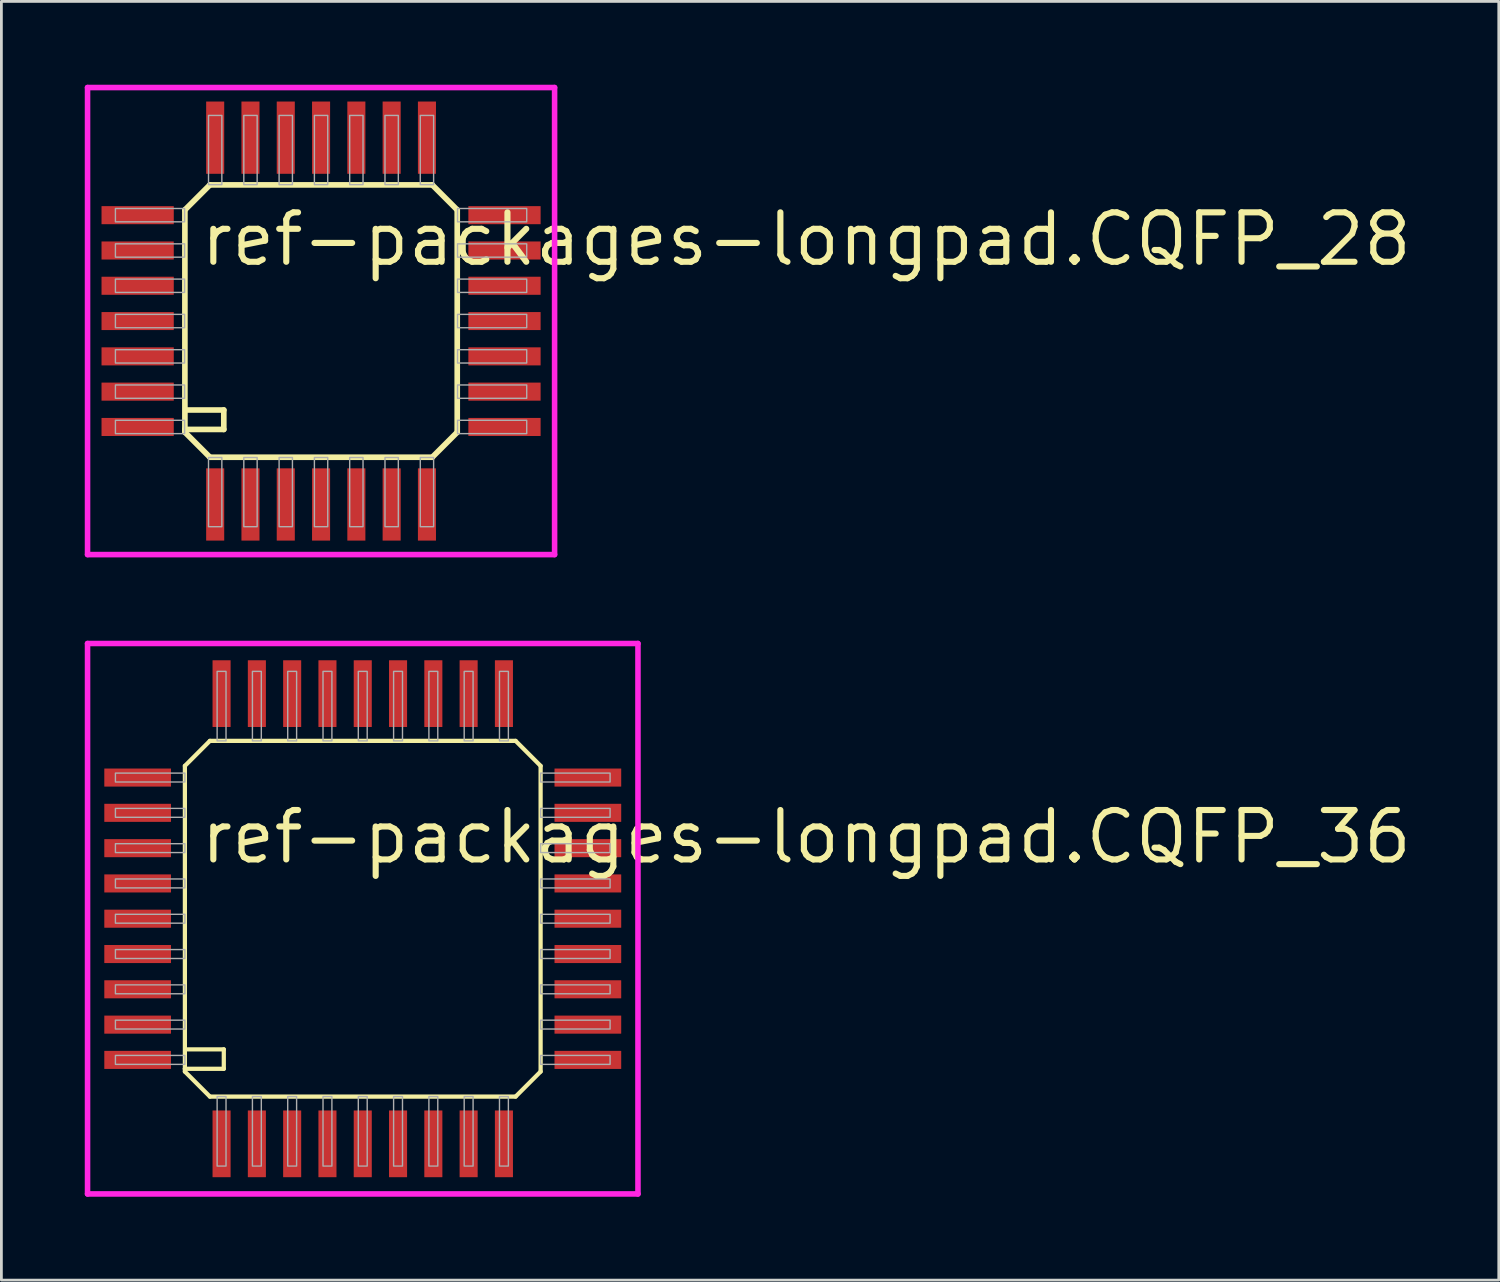
<source format=kicad_pcb>
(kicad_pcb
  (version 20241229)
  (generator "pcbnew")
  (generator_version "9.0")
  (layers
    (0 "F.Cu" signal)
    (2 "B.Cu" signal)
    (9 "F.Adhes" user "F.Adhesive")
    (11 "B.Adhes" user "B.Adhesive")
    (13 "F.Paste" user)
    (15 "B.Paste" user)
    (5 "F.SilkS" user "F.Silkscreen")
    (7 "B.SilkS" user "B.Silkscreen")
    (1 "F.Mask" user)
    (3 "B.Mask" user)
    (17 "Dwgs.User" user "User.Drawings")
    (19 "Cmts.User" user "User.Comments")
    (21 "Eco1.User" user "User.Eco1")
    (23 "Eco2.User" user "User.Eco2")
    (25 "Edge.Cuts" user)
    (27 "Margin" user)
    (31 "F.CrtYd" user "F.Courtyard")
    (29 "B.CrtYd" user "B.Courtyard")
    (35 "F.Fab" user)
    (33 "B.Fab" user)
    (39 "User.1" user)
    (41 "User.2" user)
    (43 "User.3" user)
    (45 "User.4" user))
  (footprint "ref-packages-longpad.CQFP_28"
    (layer "F.Cu")
    (at 8.503 8.503)
    (property "Reference" "ref-packages-longpad.CQFP_28" (at -4.445 -1.905 0) (layer "F.SilkS") (effects (font (size 1.778 1.778) (thickness 0.22)) (justify left bottom)))
    (attr smd)
    (fp_line (start -4.9 -4) (end -4.9 3.9) (stroke (width 0.203) (type default)) (layer "F.SilkS"))
    (fp_line (start -4.9 -4) (end -4 -4.9) (stroke (width 0.203) (type default)) (layer "F.SilkS"))
    (fp_line (start -4.9 3.9) (end -4.9 4) (stroke (width 0.203) (type default)) (layer "F.SilkS"))
    (fp_line (start -4.9 3.9) (end -3.5 3.9) (stroke (width 0.203) (type default)) (layer "F.SilkS"))
    (fp_line (start -4.9 4) (end -4 4.9) (stroke (width 0.203) (type default)) (layer "F.SilkS"))
    (fp_line (start -4 4.9) (end 4 4.9) (stroke (width 0.203) (type default)) (layer "F.SilkS"))
    (fp_line (start -3.5 3.2) (end -4.8 3.2) (stroke (width 0.203) (type default)) (layer "F.SilkS"))
    (fp_line (start -3.5 3.9) (end -3.5 3.2) (stroke (width 0.203) (type default)) (layer "F.SilkS"))
    (fp_line (start 4 -4.9) (end -4 -4.9) (stroke (width 0.203) (type default)) (layer "F.SilkS"))
    (fp_line (start 4 -4.9) (end 4.9 -4) (stroke (width 0.203) (type default)) (layer "F.SilkS"))
    (fp_line (start 4 4.9) (end 4.9 4) (stroke (width 0.203) (type default)) (layer "F.SilkS"))
    (fp_line (start 4.9 4) (end 4.9 -4) (stroke (width 0.203) (type default)) (layer "F.SilkS"))
    (fp_line (start -8.403 -8.403) (end 8.403 -8.403) (stroke (width 0.2) (type default)) (layer "F.CrtYd"))
    (fp_line (start -8.403 8.403) (end -8.403 -8.403) (stroke (width 0.2) (type default)) (layer "F.CrtYd"))
    (fp_line (start 8.403 -8.403) (end 8.403 8.403) (stroke (width 0.2) (type default)) (layer "F.CrtYd"))
    (fp_line (start 8.403 8.403) (end -8.403 8.403) (stroke (width 0.2) (type default)) (layer "F.CrtYd"))
    (fp_rect (start -7.4 -3.57) (end -4.91 -4.05) (stroke (width 0.05) (type default)) (fill no) (layer "F.Fab"))
    (fp_rect (start -7.4 -2.3) (end -4.91 -2.78) (stroke (width 0.05) (type default)) (fill no) (layer "F.Fab"))
    (fp_rect (start -7.4 -1.03) (end -4.91 -1.51) (stroke (width 0.05) (type default)) (fill no) (layer "F.Fab"))
    (fp_rect (start -7.4 0.24) (end -4.91 -0.24) (stroke (width 0.05) (type default)) (fill no) (layer "F.Fab"))
    (fp_rect (start -7.4 1.51) (end -4.91 1.03) (stroke (width 0.05) (type default)) (fill no) (layer "F.Fab"))
    (fp_rect (start -7.4 2.78) (end -4.91 2.3) (stroke (width 0.05) (type default)) (fill no) (layer "F.Fab"))
    (fp_rect (start -7.4 4.05) (end -4.91 3.57) (stroke (width 0.05) (type default)) (fill no) (layer "F.Fab"))
    (fp_rect (start -4.05 -4.91) (end -3.57 -7.4) (stroke (width 0.05) (type default)) (fill no) (layer "F.Fab"))
    (fp_rect (start -4.05 7.4) (end -3.57 4.91) (stroke (width 0.05) (type default)) (fill no) (layer "F.Fab"))
    (fp_rect (start -2.78 -4.91) (end -2.3 -7.4) (stroke (width 0.05) (type default)) (fill no) (layer "F.Fab"))
    (fp_rect (start -2.78 7.4) (end -2.3 4.91) (stroke (width 0.05) (type default)) (fill no) (layer "F.Fab"))
    (fp_rect (start -1.51 -4.91) (end -1.03 -7.4) (stroke (width 0.05) (type default)) (fill no) (layer "F.Fab"))
    (fp_rect (start -1.51 7.4) (end -1.03 4.91) (stroke (width 0.05) (type default)) (fill no) (layer "F.Fab"))
    (fp_rect (start -0.24 -4.91) (end 0.24 -7.4) (stroke (width 0.05) (type default)) (fill no) (layer "F.Fab"))
    (fp_rect (start -0.24 7.4) (end 0.24 4.91) (stroke (width 0.05) (type default)) (fill no) (layer "F.Fab"))
    (fp_rect (start 1.03 -4.91) (end 1.51 -7.4) (stroke (width 0.05) (type default)) (fill no) (layer "F.Fab"))
    (fp_rect (start 1.03 7.4) (end 1.51 4.91) (stroke (width 0.05) (type default)) (fill no) (layer "F.Fab"))
    (fp_rect (start 2.3 -4.91) (end 2.78 -7.4) (stroke (width 0.05) (type default)) (fill no) (layer "F.Fab"))
    (fp_rect (start 2.3 7.4) (end 2.78 4.91) (stroke (width 0.05) (type default)) (fill no) (layer "F.Fab"))
    (fp_rect (start 3.57 -4.91) (end 4.05 -7.4) (stroke (width 0.05) (type default)) (fill no) (layer "F.Fab"))
    (fp_rect (start 3.57 7.4) (end 4.05 4.91) (stroke (width 0.05) (type default)) (fill no) (layer "F.Fab"))
    (fp_rect (start 4.91 -3.57) (end 7.4 -4.05) (stroke (width 0.05) (type default)) (fill no) (layer "F.Fab"))
    (fp_rect (start 4.91 -2.3) (end 7.4 -2.78) (stroke (width 0.05) (type default)) (fill no) (layer "F.Fab"))
    (fp_rect (start 4.91 -1.03) (end 7.4 -1.51) (stroke (width 0.05) (type default)) (fill no) (layer "F.Fab"))
    (fp_rect (start 4.91 0.24) (end 7.4 -0.24) (stroke (width 0.05) (type default)) (fill no) (layer "F.Fab"))
    (fp_rect (start 4.91 1.51) (end 7.4 1.03) (stroke (width 0.05) (type default)) (fill no) (layer "F.Fab"))
    (fp_rect (start 4.91 2.78) (end 7.4 2.3) (stroke (width 0.05) (type default)) (fill no) (layer "F.Fab"))
    (fp_rect (start 4.91 4.05) (end 7.4 3.57) (stroke (width 0.05) (type default)) (fill no) (layer "F.Fab"))
    (pad "1" smd roundrect (at -3.81 6.6) (size 0.65 2.6) (layers "F.Cu" "F.Mask" "F.Paste") (roundrect_rratio 0.01))
    (pad "2" smd roundrect (at -2.54 6.6) (size 0.65 2.6) (layers "F.Cu" "F.Mask" "F.Paste") (roundrect_rratio 0.01))
    (pad "3" smd roundrect (at -1.27 6.6) (size 0.65 2.6) (layers "F.Cu" "F.Mask" "F.Paste") (roundrect_rratio 0.01))
    (pad "4" smd roundrect (at 0 6.6) (size 0.65 2.6) (layers "F.Cu" "F.Mask" "F.Paste") (roundrect_rratio 0.01))
    (pad "5" smd roundrect (at 1.27 6.6) (size 0.65 2.6) (layers "F.Cu" "F.Mask" "F.Paste") (roundrect_rratio 0.01))
    (pad "6" smd roundrect (at 2.54 6.6) (size 0.65 2.6) (layers "F.Cu" "F.Mask" "F.Paste") (roundrect_rratio 0.01))
    (pad "7" smd roundrect (at 3.81 6.6) (size 0.65 2.6) (layers "F.Cu" "F.Mask" "F.Paste") (roundrect_rratio 0.01))
    (pad "8" smd roundrect (at 6.6 3.81) (size 2.6 0.65) (layers "F.Cu" "F.Mask" "F.Paste") (roundrect_rratio 0.01))
    (pad "9" smd roundrect (at 6.6 2.54) (size 2.6 0.65) (layers "F.Cu" "F.Mask" "F.Paste") (roundrect_rratio 0.01))
    (pad "10" smd roundrect (at 6.6 1.27) (size 2.6 0.65) (layers "F.Cu" "F.Mask" "F.Paste") (roundrect_rratio 0.01))
    (pad "11" smd roundrect (at 6.6 0) (size 2.6 0.65) (layers "F.Cu" "F.Mask" "F.Paste") (roundrect_rratio 0.01))
    (pad "12" smd roundrect (at 6.6 -1.27) (size 2.6 0.65) (layers "F.Cu" "F.Mask" "F.Paste") (roundrect_rratio 0.01))
    (pad "13" smd roundrect (at 6.6 -2.54) (size 2.6 0.65) (layers "F.Cu" "F.Mask" "F.Paste") (roundrect_rratio 0.01))
    (pad "14" smd roundrect (at 6.6 -3.81) (size 2.6 0.65) (layers "F.Cu" "F.Mask" "F.Paste") (roundrect_rratio 0.01))
    (pad "15" smd roundrect (at 3.81 -6.6) (size 0.65 2.6) (layers "F.Cu" "F.Mask" "F.Paste") (roundrect_rratio 0.01))
    (pad "16" smd roundrect (at 2.54 -6.6) (size 0.65 2.6) (layers "F.Cu" "F.Mask" "F.Paste") (roundrect_rratio 0.01))
    (pad "17" smd roundrect (at 1.27 -6.6) (size 0.65 2.6) (layers "F.Cu" "F.Mask" "F.Paste") (roundrect_rratio 0.01))
    (pad "18" smd roundrect (at 0 -6.6) (size 0.65 2.6) (layers "F.Cu" "F.Mask" "F.Paste") (roundrect_rratio 0.01))
    (pad "19" smd roundrect (at -1.27 -6.6) (size 0.65 2.6) (layers "F.Cu" "F.Mask" "F.Paste") (roundrect_rratio 0.01))
    (pad "20" smd roundrect (at -2.54 -6.6) (size 0.65 2.6) (layers "F.Cu" "F.Mask" "F.Paste") (roundrect_rratio 0.01))
    (pad "21" smd roundrect (at -3.81 -6.6) (size 0.65 2.6) (layers "F.Cu" "F.Mask" "F.Paste") (roundrect_rratio 0.01))
    (pad "22" smd roundrect (at -6.6 -3.81) (size 2.6 0.65) (layers "F.Cu" "F.Mask" "F.Paste") (roundrect_rratio 0.01))
    (pad "23" smd roundrect (at -6.6 -2.54) (size 2.6 0.65) (layers "F.Cu" "F.Mask" "F.Paste") (roundrect_rratio 0.01))
    (pad "24" smd roundrect (at -6.6 -1.27) (size 2.6 0.65) (layers "F.Cu" "F.Mask" "F.Paste") (roundrect_rratio 0.01))
    (pad "25" smd roundrect (at -6.6 0) (size 2.6 0.65) (layers "F.Cu" "F.Mask" "F.Paste") (roundrect_rratio 0.01))
    (pad "26" smd roundrect (at -6.6 1.27) (size 2.6 0.65) (layers "F.Cu" "F.Mask" "F.Paste") (roundrect_rratio 0.01))
    (pad "27" smd roundrect (at -6.6 2.54) (size 2.6 0.65) (layers "F.Cu" "F.Mask" "F.Paste") (roundrect_rratio 0.01))
    (pad "28" smd roundrect (at -6.6 3.81) (size 2.6 0.65) (layers "F.Cu" "F.Mask" "F.Paste") (roundrect_rratio 0.01)))
  (footprint "ref-packages-longpad.CQFP_36"
    (layer "F.Cu")
    (at 10.003 30.009)
    (property "Reference" "ref-packages-longpad.CQFP_36" (at -5.945 -1.905 0) (layer "F.SilkS") (effects (font (size 1.778 1.778) (thickness 0.22)) (justify left bottom)))
    (attr smd)
    (fp_line (start -6.4 -5.5) (end -6.4 5.4) (stroke (width 0.152) (type default)) (layer "F.SilkS"))
    (fp_line (start -6.4 -5.5) (end -5.5 -6.4) (stroke (width 0.152) (type default)) (layer "F.SilkS"))
    (fp_line (start -6.4 5.4) (end -6.4 5.5) (stroke (width 0.152) (type default)) (layer "F.SilkS"))
    (fp_line (start -6.4 5.4) (end -5 5.4) (stroke (width 0.152) (type default)) (layer "F.SilkS"))
    (fp_line (start -6.4 5.5) (end -5.5 6.4) (stroke (width 0.152) (type default)) (layer "F.SilkS"))
    (fp_line (start -5.5 6.4) (end 5.5 6.4) (stroke (width 0.152) (type default)) (layer "F.SilkS"))
    (fp_line (start -5 4.7) (end -6.3 4.7) (stroke (width 0.152) (type default)) (layer "F.SilkS"))
    (fp_line (start -5 5.4) (end -5 4.7) (stroke (width 0.152) (type default)) (layer "F.SilkS"))
    (fp_line (start 5.5 -6.4) (end -5.5 -6.4) (stroke (width 0.152) (type default)) (layer "F.SilkS"))
    (fp_line (start 5.5 -6.4) (end 6.4 -5.5) (stroke (width 0.152) (type default)) (layer "F.SilkS"))
    (fp_line (start 5.5 6.4) (end 6.4 5.5) (stroke (width 0.152) (type default)) (layer "F.SilkS"))
    (fp_line (start 6.4 5.5) (end 6.4 -5.5) (stroke (width 0.152) (type default)) (layer "F.SilkS"))
    (fp_line (start -9.903 -9.903) (end 9.903 -9.903) (stroke (width 0.2) (type default)) (layer "F.CrtYd"))
    (fp_line (start -9.903 9.903) (end -9.903 -9.903) (stroke (width 0.2) (type default)) (layer "F.CrtYd"))
    (fp_line (start 9.903 -9.903) (end 9.903 9.903) (stroke (width 0.2) (type default)) (layer "F.CrtYd"))
    (fp_line (start 9.903 9.903) (end -9.903 9.903) (stroke (width 0.2) (type default)) (layer "F.CrtYd"))
    (fp_rect (start -8.9 -4.92) (end -6.4 -5.24) (stroke (width 0.05) (type default)) (fill no) (layer "F.Fab"))
    (fp_rect (start -8.9 -3.65) (end -6.4 -3.97) (stroke (width 0.05) (type default)) (fill no) (layer "F.Fab"))
    (fp_rect (start -8.9 -2.38) (end -6.4 -2.7) (stroke (width 0.05) (type default)) (fill no) (layer "F.Fab"))
    (fp_rect (start -8.9 -1.11) (end -6.4 -1.43) (stroke (width 0.05) (type default)) (fill no) (layer "F.Fab"))
    (fp_rect (start -8.9 0.16) (end -6.4 -0.16) (stroke (width 0.05) (type default)) (fill no) (layer "F.Fab"))
    (fp_rect (start -8.9 1.43) (end -6.4 1.11) (stroke (width 0.05) (type default)) (fill no) (layer "F.Fab"))
    (fp_rect (start -8.9 2.7) (end -6.4 2.38) (stroke (width 0.05) (type default)) (fill no) (layer "F.Fab"))
    (fp_rect (start -8.9 3.97) (end -6.4 3.65) (stroke (width 0.05) (type default)) (fill no) (layer "F.Fab"))
    (fp_rect (start -8.9 5.24) (end -6.4 4.92) (stroke (width 0.05) (type default)) (fill no) (layer "F.Fab"))
    (fp_rect (start -5.24 -6.4) (end -4.92 -8.9) (stroke (width 0.05) (type default)) (fill no) (layer "F.Fab"))
    (fp_rect (start -5.24 8.9) (end -4.92 6.4) (stroke (width 0.05) (type default)) (fill no) (layer "F.Fab"))
    (fp_rect (start -3.97 -6.4) (end -3.65 -8.9) (stroke (width 0.05) (type default)) (fill no) (layer "F.Fab"))
    (fp_rect (start -3.97 8.9) (end -3.65 6.4) (stroke (width 0.05) (type default)) (fill no) (layer "F.Fab"))
    (fp_rect (start -2.7 -6.4) (end -2.38 -8.9) (stroke (width 0.05) (type default)) (fill no) (layer "F.Fab"))
    (fp_rect (start -2.7 8.9) (end -2.38 6.4) (stroke (width 0.05) (type default)) (fill no) (layer "F.Fab"))
    (fp_rect (start -1.43 -6.4) (end -1.11 -8.9) (stroke (width 0.05) (type default)) (fill no) (layer "F.Fab"))
    (fp_rect (start -1.43 8.9) (end -1.11 6.4) (stroke (width 0.05) (type default)) (fill no) (layer "F.Fab"))
    (fp_rect (start -0.16 -6.4) (end 0.16 -8.9) (stroke (width 0.05) (type default)) (fill no) (layer "F.Fab"))
    (fp_rect (start -0.16 8.9) (end 0.16 6.4) (stroke (width 0.05) (type default)) (fill no) (layer "F.Fab"))
    (fp_rect (start 1.11 -6.4) (end 1.43 -8.9) (stroke (width 0.05) (type default)) (fill no) (layer "F.Fab"))
    (fp_rect (start 1.11 8.9) (end 1.43 6.4) (stroke (width 0.05) (type default)) (fill no) (layer "F.Fab"))
    (fp_rect (start 2.38 -6.4) (end 2.7 -8.9) (stroke (width 0.05) (type default)) (fill no) (layer "F.Fab"))
    (fp_rect (start 2.38 8.9) (end 2.7 6.4) (stroke (width 0.05) (type default)) (fill no) (layer "F.Fab"))
    (fp_rect (start 3.65 -6.4) (end 3.97 -8.9) (stroke (width 0.05) (type default)) (fill no) (layer "F.Fab"))
    (fp_rect (start 3.65 8.9) (end 3.97 6.4) (stroke (width 0.05) (type default)) (fill no) (layer "F.Fab"))
    (fp_rect (start 4.92 -6.4) (end 5.24 -8.9) (stroke (width 0.05) (type default)) (fill no) (layer "F.Fab"))
    (fp_rect (start 4.92 8.9) (end 5.24 6.4) (stroke (width 0.05) (type default)) (fill no) (layer "F.Fab"))
    (fp_rect (start 6.4 -4.92) (end 8.9 -5.24) (stroke (width 0.05) (type default)) (fill no) (layer "F.Fab"))
    (fp_rect (start 6.4 -3.65) (end 8.9 -3.97) (stroke (width 0.05) (type default)) (fill no) (layer "F.Fab"))
    (fp_rect (start 6.4 -2.38) (end 8.9 -2.7) (stroke (width 0.05) (type default)) (fill no) (layer "F.Fab"))
    (fp_rect (start 6.4 -1.11) (end 8.9 -1.43) (stroke (width 0.05) (type default)) (fill no) (layer "F.Fab"))
    (fp_rect (start 6.4 0.16) (end 8.9 -0.16) (stroke (width 0.05) (type default)) (fill no) (layer "F.Fab"))
    (fp_rect (start 6.4 1.43) (end 8.9 1.11) (stroke (width 0.05) (type default)) (fill no) (layer "F.Fab"))
    (fp_rect (start 6.4 2.7) (end 8.9 2.38) (stroke (width 0.05) (type default)) (fill no) (layer "F.Fab"))
    (fp_rect (start 6.4 3.97) (end 8.9 3.65) (stroke (width 0.05) (type default)) (fill no) (layer "F.Fab"))
    (fp_rect (start 6.4 5.24) (end 8.9 4.92) (stroke (width 0.05) (type default)) (fill no) (layer "F.Fab"))
    (pad "1" smd roundrect (at -5.08 8.1) (size 0.65 2.4) (layers "F.Cu" "F.Mask" "F.Paste") (roundrect_rratio 0.01))
    (pad "2" smd roundrect (at -3.81 8.1) (size 0.65 2.4) (layers "F.Cu" "F.Mask" "F.Paste") (roundrect_rratio 0.01))
    (pad "3" smd roundrect (at -2.54 8.1) (size 0.65 2.4) (layers "F.Cu" "F.Mask" "F.Paste") (roundrect_rratio 0.01))
    (pad "4" smd roundrect (at -1.27 8.1) (size 0.65 2.4) (layers "F.Cu" "F.Mask" "F.Paste") (roundrect_rratio 0.01))
    (pad "5" smd roundrect (at 0 8.1) (size 0.65 2.4) (layers "F.Cu" "F.Mask" "F.Paste") (roundrect_rratio 0.01))
    (pad "6" smd roundrect (at 1.27 8.1) (size 0.65 2.4) (layers "F.Cu" "F.Mask" "F.Paste") (roundrect_rratio 0.01))
    (pad "7" smd roundrect (at 2.54 8.1) (size 0.65 2.4) (layers "F.Cu" "F.Mask" "F.Paste") (roundrect_rratio 0.01))
    (pad "8" smd roundrect (at 3.81 8.1) (size 0.65 2.4) (layers "F.Cu" "F.Mask" "F.Paste") (roundrect_rratio 0.01))
    (pad "9" smd roundrect (at 5.08 8.1) (size 0.65 2.4) (layers "F.Cu" "F.Mask" "F.Paste") (roundrect_rratio 0.01))
    (pad "10" smd roundrect (at 8.1 5.08) (size 2.4 0.65) (layers "F.Cu" "F.Mask" "F.Paste") (roundrect_rratio 0.01))
    (pad "11" smd roundrect (at 8.1 3.81) (size 2.4 0.65) (layers "F.Cu" "F.Mask" "F.Paste") (roundrect_rratio 0.01))
    (pad "12" smd roundrect (at 8.1 2.54) (size 2.4 0.65) (layers "F.Cu" "F.Mask" "F.Paste") (roundrect_rratio 0.01))
    (pad "13" smd roundrect (at 8.1 1.27) (size 2.4 0.65) (layers "F.Cu" "F.Mask" "F.Paste") (roundrect_rratio 0.01))
    (pad "14" smd roundrect (at 8.1 0) (size 2.4 0.65) (layers "F.Cu" "F.Mask" "F.Paste") (roundrect_rratio 0.01))
    (pad "15" smd roundrect (at 8.1 -1.27) (size 2.4 0.65) (layers "F.Cu" "F.Mask" "F.Paste") (roundrect_rratio 0.01))
    (pad "16" smd roundrect (at 8.1 -2.54) (size 2.4 0.65) (layers "F.Cu" "F.Mask" "F.Paste") (roundrect_rratio 0.01))
    (pad "17" smd roundrect (at 8.1 -3.81) (size 2.4 0.65) (layers "F.Cu" "F.Mask" "F.Paste") (roundrect_rratio 0.01))
    (pad "18" smd roundrect (at 8.1 -5.08) (size 2.4 0.65) (layers "F.Cu" "F.Mask" "F.Paste") (roundrect_rratio 0.01))
    (pad "19" smd roundrect (at 5.08 -8.1) (size 0.65 2.4) (layers "F.Cu" "F.Mask" "F.Paste") (roundrect_rratio 0.01))
    (pad "20" smd roundrect (at 3.81 -8.1) (size 0.65 2.4) (layers "F.Cu" "F.Mask" "F.Paste") (roundrect_rratio 0.01))
    (pad "21" smd roundrect (at 2.54 -8.1) (size 0.65 2.4) (layers "F.Cu" "F.Mask" "F.Paste") (roundrect_rratio 0.01))
    (pad "22" smd roundrect (at 1.27 -8.1) (size 0.65 2.4) (layers "F.Cu" "F.Mask" "F.Paste") (roundrect_rratio 0.01))
    (pad "23" smd roundrect (at 0 -8.1) (size 0.65 2.4) (layers "F.Cu" "F.Mask" "F.Paste") (roundrect_rratio 0.01))
    (pad "24" smd roundrect (at -1.27 -8.1) (size 0.65 2.4) (layers "F.Cu" "F.Mask" "F.Paste") (roundrect_rratio 0.01))
    (pad "25" smd roundrect (at -2.54 -8.1) (size 0.65 2.4) (layers "F.Cu" "F.Mask" "F.Paste") (roundrect_rratio 0.01))
    (pad "26" smd roundrect (at -3.81 -8.1) (size 0.65 2.4) (layers "F.Cu" "F.Mask" "F.Paste") (roundrect_rratio 0.01))
    (pad "27" smd roundrect (at -5.08 -8.1) (size 0.65 2.4) (layers "F.Cu" "F.Mask" "F.Paste") (roundrect_rratio 0.01))
    (pad "28" smd roundrect (at -8.1 -5.08) (size 2.4 0.65) (layers "F.Cu" "F.Mask" "F.Paste") (roundrect_rratio 0.01))
    (pad "29" smd roundrect (at -8.1 -3.81) (size 2.4 0.65) (layers "F.Cu" "F.Mask" "F.Paste") (roundrect_rratio 0.01))
    (pad "30" smd roundrect (at -8.1 -2.54) (size 2.4 0.65) (layers "F.Cu" "F.Mask" "F.Paste") (roundrect_rratio 0.01))
    (pad "31" smd roundrect (at -8.1 -1.27) (size 2.4 0.65) (layers "F.Cu" "F.Mask" "F.Paste") (roundrect_rratio 0.01))
    (pad "32" smd roundrect (at -8.1 0) (size 2.4 0.65) (layers "F.Cu" "F.Mask" "F.Paste") (roundrect_rratio 0.01))
    (pad "33" smd roundrect (at -8.1 1.27) (size 2.4 0.65) (layers "F.Cu" "F.Mask" "F.Paste") (roundrect_rratio 0.01))
    (pad "34" smd roundrect (at -8.1 2.54) (size 2.4 0.65) (layers "F.Cu" "F.Mask" "F.Paste") (roundrect_rratio 0.01))
    (pad "35" smd roundrect (at -8.1 3.81) (size 2.4 0.65) (layers "F.Cu" "F.Mask" "F.Paste") (roundrect_rratio 0.01))
    (pad "36" smd roundrect (at -8.1 5.08) (size 2.4 0.65) (layers "F.Cu" "F.Mask" "F.Paste") (roundrect_rratio 0.01)))
  (gr_rect
    (start -3 -3)
    (end 50.881 43.012)
    (stroke (width 0.1) (type default))
    (fill no)
    (layer "Edge.Cuts")))
</source>
